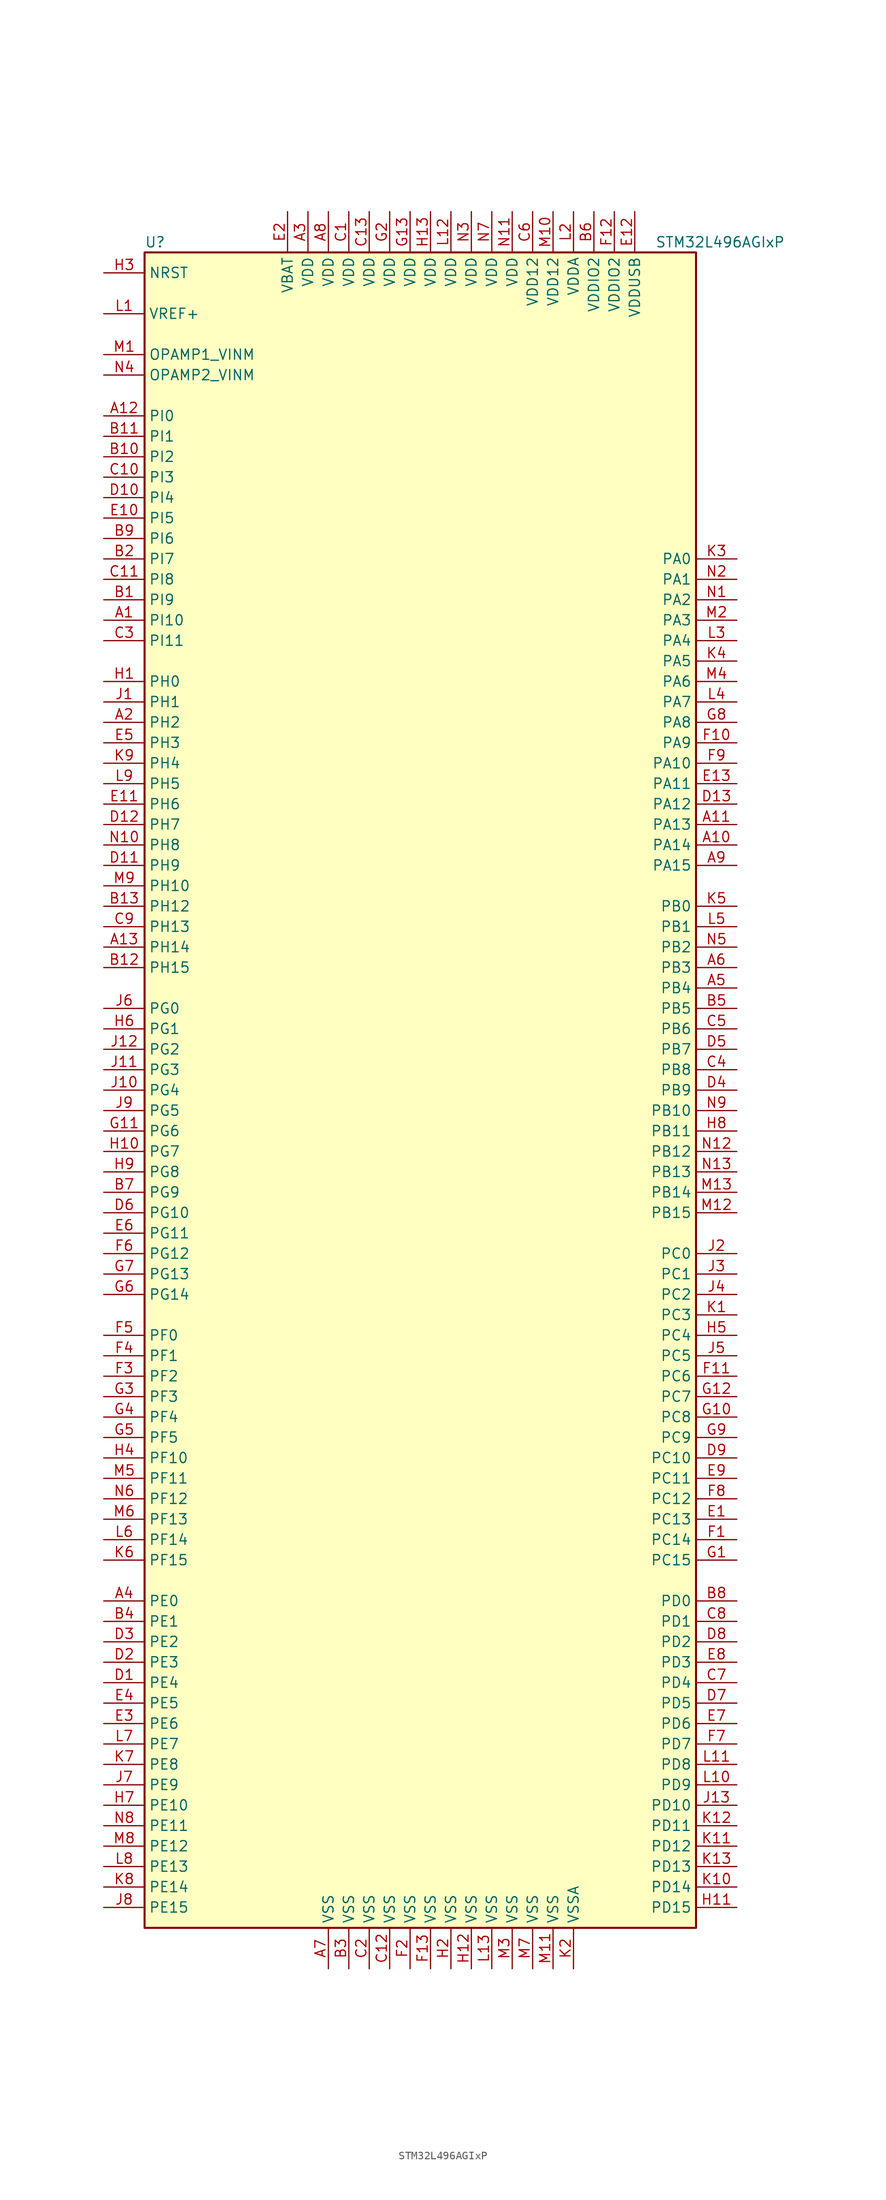
<source format=kicad_sym>
(kicad_symbol_lib
  (version 20201005)
  (generator kicad_symbol_editor)
  (symbol "STM32L496AGIxP"
    (property "Reference" "U"
      (at -35.56 105.41 0)
      (effects (font (size 1.27 1.27)) (justify left)))
    (property "Value" "STM32L496AGIxP"
      (at 27.94 105.41 0)
      (effects (font (size 1.27 1.27)) (justify left)))
    (symbol "STM32L496AGIxP_0_1"
      (rectangle (start -35.56 -104.14) (end 33.02 104.14) (stroke (width 0.254)) (fill (type background))))
    (symbol "STM32L496AGIxP_1_1"
      (pin input line (at -40.64 101.6 0) (length 5.08) (name "NRST" (effects (font (size 1.27 1.27)))) (number "H3" (effects (font (size 1.27 1.27)))))
      (pin bidirectional line (at -40.64 91.44 0) (length 5.08) (name "OPAMP1_VINM" (effects (font (size 1.27 1.27)))) (number "M1" (effects (font (size 1.27 1.27)))))
      (pin bidirectional line (at -40.64 88.9 0) (length 5.08) (name "OPAMP2_VINM" (effects (font (size 1.27 1.27)))) (number "N4" (effects (font (size 1.27 1.27)))))
      (pin bidirectional line (at 38.1 66.04 180) (length 5.08) (name "PA0" (effects (font (size 1.27 1.27)))) (number "K3" (effects (font (size 1.27 1.27)))))
      (pin bidirectional line (at 38.1 63.5 180) (length 5.08) (name "PA1" (effects (font (size 1.27 1.27)))) (number "N2" (effects (font (size 1.27 1.27)))))
      (pin bidirectional line (at 38.1 40.64 180) (length 5.08) (name "PA10" (effects (font (size 1.27 1.27)))) (number "F9" (effects (font (size 1.27 1.27)))))
      (pin bidirectional line (at 38.1 38.1 180) (length 5.08) (name "PA11" (effects (font (size 1.27 1.27)))) (number "E13" (effects (font (size 1.27 1.27)))))
      (pin bidirectional line (at 38.1 35.56 180) (length 5.08) (name "PA12" (effects (font (size 1.27 1.27)))) (number "D13" (effects (font (size 1.27 1.27)))))
      (pin bidirectional line (at 38.1 33.02 180) (length 5.08) (name "PA13" (effects (font (size 1.27 1.27)))) (number "A11" (effects (font (size 1.27 1.27)))))
      (pin bidirectional line (at 38.1 30.48 180) (length 5.08) (name "PA14" (effects (font (size 1.27 1.27)))) (number "A10" (effects (font (size 1.27 1.27)))))
      (pin bidirectional line (at 38.1 27.94 180) (length 5.08) (name "PA15" (effects (font (size 1.27 1.27)))) (number "A9" (effects (font (size 1.27 1.27)))))
      (pin bidirectional line (at 38.1 60.96 180) (length 5.08) (name "PA2" (effects (font (size 1.27 1.27)))) (number "N1" (effects (font (size 1.27 1.27)))))
      (pin bidirectional line (at 38.1 58.42 180) (length 5.08) (name "PA3" (effects (font (size 1.27 1.27)))) (number "M2" (effects (font (size 1.27 1.27)))))
      (pin bidirectional line (at 38.1 55.88 180) (length 5.08) (name "PA4" (effects (font (size 1.27 1.27)))) (number "L3" (effects (font (size 1.27 1.27)))))
      (pin bidirectional line (at 38.1 53.34 180) (length 5.08) (name "PA5" (effects (font (size 1.27 1.27)))) (number "K4" (effects (font (size 1.27 1.27)))))
      (pin bidirectional line (at 38.1 50.8 180) (length 5.08) (name "PA6" (effects (font (size 1.27 1.27)))) (number "M4" (effects (font (size 1.27 1.27)))))
      (pin bidirectional line (at 38.1 48.26 180) (length 5.08) (name "PA7" (effects (font (size 1.27 1.27)))) (number "L4" (effects (font (size 1.27 1.27)))))
      (pin bidirectional line (at 38.1 45.72 180) (length 5.08) (name "PA8" (effects (font (size 1.27 1.27)))) (number "G8" (effects (font (size 1.27 1.27)))))
      (pin bidirectional line (at 38.1 43.18 180) (length 5.08) (name "PA9" (effects (font (size 1.27 1.27)))) (number "F10" (effects (font (size 1.27 1.27)))))
      (pin bidirectional line (at 38.1 22.86 180) (length 5.08) (name "PB0" (effects (font (size 1.27 1.27)))) (number "K5" (effects (font (size 1.27 1.27)))))
      (pin bidirectional line (at 38.1 20.32 180) (length 5.08) (name "PB1" (effects (font (size 1.27 1.27)))) (number "L5" (effects (font (size 1.27 1.27)))))
      (pin bidirectional line (at 38.1 -2.54 180) (length 5.08) (name "PB10" (effects (font (size 1.27 1.27)))) (number "N9" (effects (font (size 1.27 1.27)))))
      (pin bidirectional line (at 38.1 -5.08 180) (length 5.08) (name "PB11" (effects (font (size 1.27 1.27)))) (number "H8" (effects (font (size 1.27 1.27)))))
      (pin bidirectional line (at 38.1 -7.62 180) (length 5.08) (name "PB12" (effects (font (size 1.27 1.27)))) (number "N12" (effects (font (size 1.27 1.27)))))
      (pin bidirectional line (at 38.1 -10.16 180) (length 5.08) (name "PB13" (effects (font (size 1.27 1.27)))) (number "N13" (effects (font (size 1.27 1.27)))))
      (pin bidirectional line (at 38.1 -12.7 180) (length 5.08) (name "PB14" (effects (font (size 1.27 1.27)))) (number "M13" (effects (font (size 1.27 1.27)))))
      (pin bidirectional line (at 38.1 -15.24 180) (length 5.08) (name "PB15" (effects (font (size 1.27 1.27)))) (number "M12" (effects (font (size 1.27 1.27)))))
      (pin bidirectional line (at 38.1 17.78 180) (length 5.08) (name "PB2" (effects (font (size 1.27 1.27)))) (number "N5" (effects (font (size 1.27 1.27)))))
      (pin bidirectional line (at 38.1 15.24 180) (length 5.08) (name "PB3" (effects (font (size 1.27 1.27)))) (number "A6" (effects (font (size 1.27 1.27)))))
      (pin bidirectional line (at 38.1 12.7 180) (length 5.08) (name "PB4" (effects (font (size 1.27 1.27)))) (number "A5" (effects (font (size 1.27 1.27)))))
      (pin bidirectional line (at 38.1 10.16 180) (length 5.08) (name "PB5" (effects (font (size 1.27 1.27)))) (number "B5" (effects (font (size 1.27 1.27)))))
      (pin bidirectional line (at 38.1 7.62 180) (length 5.08) (name "PB6" (effects (font (size 1.27 1.27)))) (number "C5" (effects (font (size 1.27 1.27)))))
      (pin bidirectional line (at 38.1 5.08 180) (length 5.08) (name "PB7" (effects (font (size 1.27 1.27)))) (number "D5" (effects (font (size 1.27 1.27)))))
      (pin bidirectional line (at 38.1 2.54 180) (length 5.08) (name "PB8" (effects (font (size 1.27 1.27)))) (number "C4" (effects (font (size 1.27 1.27)))))
      (pin bidirectional line (at 38.1 0 180) (length 5.08) (name "PB9" (effects (font (size 1.27 1.27)))) (number "D4" (effects (font (size 1.27 1.27)))))
      (pin bidirectional line (at 38.1 -20.32 180) (length 5.08) (name "PC0" (effects (font (size 1.27 1.27)))) (number "J2" (effects (font (size 1.27 1.27)))))
      (pin bidirectional line (at 38.1 -22.86 180) (length 5.08) (name "PC1" (effects (font (size 1.27 1.27)))) (number "J3" (effects (font (size 1.27 1.27)))))
      (pin bidirectional line (at 38.1 -45.72 180) (length 5.08) (name "PC10" (effects (font (size 1.27 1.27)))) (number "D9" (effects (font (size 1.27 1.27)))))
      (pin bidirectional line (at 38.1 -48.26 180) (length 5.08) (name "PC11" (effects (font (size 1.27 1.27)))) (number "E9" (effects (font (size 1.27 1.27)))))
      (pin bidirectional line (at 38.1 -50.8 180) (length 5.08) (name "PC12" (effects (font (size 1.27 1.27)))) (number "F8" (effects (font (size 1.27 1.27)))))
      (pin bidirectional line (at 38.1 -53.34 180) (length 5.08) (name "PC13" (effects (font (size 1.27 1.27)))) (number "E1" (effects (font (size 1.27 1.27)))))
      (pin bidirectional line (at 38.1 -55.88 180) (length 5.08) (name "PC14" (effects (font (size 1.27 1.27)))) (number "F1" (effects (font (size 1.27 1.27)))))
      (pin bidirectional line (at 38.1 -58.42 180) (length 5.08) (name "PC15" (effects (font (size 1.27 1.27)))) (number "G1" (effects (font (size 1.27 1.27)))))
      (pin bidirectional line (at 38.1 -25.4 180) (length 5.08) (name "PC2" (effects (font (size 1.27 1.27)))) (number "J4" (effects (font (size 1.27 1.27)))))
      (pin bidirectional line (at 38.1 -27.94 180) (length 5.08) (name "PC3" (effects (font (size 1.27 1.27)))) (number "K1" (effects (font (size 1.27 1.27)))))
      (pin bidirectional line (at 38.1 -30.48 180) (length 5.08) (name "PC4" (effects (font (size 1.27 1.27)))) (number "H5" (effects (font (size 1.27 1.27)))))
      (pin bidirectional line (at 38.1 -33.02 180) (length 5.08) (name "PC5" (effects (font (size 1.27 1.27)))) (number "J5" (effects (font (size 1.27 1.27)))))
      (pin bidirectional line (at 38.1 -35.56 180) (length 5.08) (name "PC6" (effects (font (size 1.27 1.27)))) (number "F11" (effects (font (size 1.27 1.27)))))
      (pin bidirectional line (at 38.1 -38.1 180) (length 5.08) (name "PC7" (effects (font (size 1.27 1.27)))) (number "G12" (effects (font (size 1.27 1.27)))))
      (pin bidirectional line (at 38.1 -40.64 180) (length 5.08) (name "PC8" (effects (font (size 1.27 1.27)))) (number "G10" (effects (font (size 1.27 1.27)))))
      (pin bidirectional line (at 38.1 -43.18 180) (length 5.08) (name "PC9" (effects (font (size 1.27 1.27)))) (number "G9" (effects (font (size 1.27 1.27)))))
      (pin bidirectional line (at 38.1 -63.5 180) (length 5.08) (name "PD0" (effects (font (size 1.27 1.27)))) (number "B8" (effects (font (size 1.27 1.27)))))
      (pin bidirectional line (at 38.1 -66.04 180) (length 5.08) (name "PD1" (effects (font (size 1.27 1.27)))) (number "C8" (effects (font (size 1.27 1.27)))))
      (pin bidirectional line (at 38.1 -88.9 180) (length 5.08) (name "PD10" (effects (font (size 1.27 1.27)))) (number "J13" (effects (font (size 1.27 1.27)))))
      (pin bidirectional line (at 38.1 -91.44 180) (length 5.08) (name "PD11" (effects (font (size 1.27 1.27)))) (number "K12" (effects (font (size 1.27 1.27)))))
      (pin bidirectional line (at 38.1 -93.98 180) (length 5.08) (name "PD12" (effects (font (size 1.27 1.27)))) (number "K11" (effects (font (size 1.27 1.27)))))
      (pin bidirectional line (at 38.1 -96.52 180) (length 5.08) (name "PD13" (effects (font (size 1.27 1.27)))) (number "K13" (effects (font (size 1.27 1.27)))))
      (pin bidirectional line (at 38.1 -99.06 180) (length 5.08) (name "PD14" (effects (font (size 1.27 1.27)))) (number "K10" (effects (font (size 1.27 1.27)))))
      (pin bidirectional line (at 38.1 -101.6 180) (length 5.08) (name "PD15" (effects (font (size 1.27 1.27)))) (number "H11" (effects (font (size 1.27 1.27)))))
      (pin bidirectional line (at 38.1 -68.58 180) (length 5.08) (name "PD2" (effects (font (size 1.27 1.27)))) (number "D8" (effects (font (size 1.27 1.27)))))
      (pin bidirectional line (at 38.1 -71.12 180) (length 5.08) (name "PD3" (effects (font (size 1.27 1.27)))) (number "E8" (effects (font (size 1.27 1.27)))))
      (pin bidirectional line (at 38.1 -73.66 180) (length 5.08) (name "PD4" (effects (font (size 1.27 1.27)))) (number "C7" (effects (font (size 1.27 1.27)))))
      (pin bidirectional line (at 38.1 -76.2 180) (length 5.08) (name "PD5" (effects (font (size 1.27 1.27)))) (number "D7" (effects (font (size 1.27 1.27)))))
      (pin bidirectional line (at 38.1 -78.74 180) (length 5.08) (name "PD6" (effects (font (size 1.27 1.27)))) (number "E7" (effects (font (size 1.27 1.27)))))
      (pin bidirectional line (at 38.1 -81.28 180) (length 5.08) (name "PD7" (effects (font (size 1.27 1.27)))) (number "F7" (effects (font (size 1.27 1.27)))))
      (pin bidirectional line (at 38.1 -83.82 180) (length 5.08) (name "PD8" (effects (font (size 1.27 1.27)))) (number "L11" (effects (font (size 1.27 1.27)))))
      (pin bidirectional line (at 38.1 -86.36 180) (length 5.08) (name "PD9" (effects (font (size 1.27 1.27)))) (number "L10" (effects (font (size 1.27 1.27)))))
      (pin bidirectional line (at -40.64 -63.5 0) (length 5.08) (name "PE0" (effects (font (size 1.27 1.27)))) (number "A4" (effects (font (size 1.27 1.27)))))
      (pin bidirectional line (at -40.64 -66.04 0) (length 5.08) (name "PE1" (effects (font (size 1.27 1.27)))) (number "B4" (effects (font (size 1.27 1.27)))))
      (pin bidirectional line (at -40.64 -88.9 0) (length 5.08) (name "PE10" (effects (font (size 1.27 1.27)))) (number "H7" (effects (font (size 1.27 1.27)))))
      (pin bidirectional line (at -40.64 -91.44 0) (length 5.08) (name "PE11" (effects (font (size 1.27 1.27)))) (number "N8" (effects (font (size 1.27 1.27)))))
      (pin bidirectional line (at -40.64 -93.98 0) (length 5.08) (name "PE12" (effects (font (size 1.27 1.27)))) (number "M8" (effects (font (size 1.27 1.27)))))
      (pin bidirectional line (at -40.64 -96.52 0) (length 5.08) (name "PE13" (effects (font (size 1.27 1.27)))) (number "L8" (effects (font (size 1.27 1.27)))))
      (pin bidirectional line (at -40.64 -99.06 0) (length 5.08) (name "PE14" (effects (font (size 1.27 1.27)))) (number "K8" (effects (font (size 1.27 1.27)))))
      (pin bidirectional line (at -40.64 -101.6 0) (length 5.08) (name "PE15" (effects (font (size 1.27 1.27)))) (number "J8" (effects (font (size 1.27 1.27)))))
      (pin bidirectional line (at -40.64 -68.58 0) (length 5.08) (name "PE2" (effects (font (size 1.27 1.27)))) (number "D3" (effects (font (size 1.27 1.27)))))
      (pin bidirectional line (at -40.64 -71.12 0) (length 5.08) (name "PE3" (effects (font (size 1.27 1.27)))) (number "D2" (effects (font (size 1.27 1.27)))))
      (pin bidirectional line (at -40.64 -73.66 0) (length 5.08) (name "PE4" (effects (font (size 1.27 1.27)))) (number "D1" (effects (font (size 1.27 1.27)))))
      (pin bidirectional line (at -40.64 -76.2 0) (length 5.08) (name "PE5" (effects (font (size 1.27 1.27)))) (number "E4" (effects (font (size 1.27 1.27)))))
      (pin bidirectional line (at -40.64 -78.74 0) (length 5.08) (name "PE6" (effects (font (size 1.27 1.27)))) (number "E3" (effects (font (size 1.27 1.27)))))
      (pin bidirectional line (at -40.64 -81.28 0) (length 5.08) (name "PE7" (effects (font (size 1.27 1.27)))) (number "L7" (effects (font (size 1.27 1.27)))))
      (pin bidirectional line (at -40.64 -83.82 0) (length 5.08) (name "PE8" (effects (font (size 1.27 1.27)))) (number "K7" (effects (font (size 1.27 1.27)))))
      (pin bidirectional line (at -40.64 -86.36 0) (length 5.08) (name "PE9" (effects (font (size 1.27 1.27)))) (number "J7" (effects (font (size 1.27 1.27)))))
      (pin bidirectional line (at -40.64 -30.48 0) (length 5.08) (name "PF0" (effects (font (size 1.27 1.27)))) (number "F5" (effects (font (size 1.27 1.27)))))
      (pin bidirectional line (at -40.64 -33.02 0) (length 5.08) (name "PF1" (effects (font (size 1.27 1.27)))) (number "F4" (effects (font (size 1.27 1.27)))))
      (pin bidirectional line (at -40.64 -45.72 0) (length 5.08) (name "PF10" (effects (font (size 1.27 1.27)))) (number "H4" (effects (font (size 1.27 1.27)))))
      (pin bidirectional line (at -40.64 -48.26 0) (length 5.08) (name "PF11" (effects (font (size 1.27 1.27)))) (number "M5" (effects (font (size 1.27 1.27)))))
      (pin bidirectional line (at -40.64 -50.8 0) (length 5.08) (name "PF12" (effects (font (size 1.27 1.27)))) (number "N6" (effects (font (size 1.27 1.27)))))
      (pin bidirectional line (at -40.64 -53.34 0) (length 5.08) (name "PF13" (effects (font (size 1.27 1.27)))) (number "M6" (effects (font (size 1.27 1.27)))))
      (pin bidirectional line (at -40.64 -55.88 0) (length 5.08) (name "PF14" (effects (font (size 1.27 1.27)))) (number "L6" (effects (font (size 1.27 1.27)))))
      (pin bidirectional line (at -40.64 -58.42 0) (length 5.08) (name "PF15" (effects (font (size 1.27 1.27)))) (number "K6" (effects (font (size 1.27 1.27)))))
      (pin bidirectional line (at -40.64 -35.56 0) (length 5.08) (name "PF2" (effects (font (size 1.27 1.27)))) (number "F3" (effects (font (size 1.27 1.27)))))
      (pin bidirectional line (at -40.64 -38.1 0) (length 5.08) (name "PF3" (effects (font (size 1.27 1.27)))) (number "G3" (effects (font (size 1.27 1.27)))))
      (pin bidirectional line (at -40.64 -40.64 0) (length 5.08) (name "PF4" (effects (font (size 1.27 1.27)))) (number "G4" (effects (font (size 1.27 1.27)))))
      (pin bidirectional line (at -40.64 -43.18 0) (length 5.08) (name "PF5" (effects (font (size 1.27 1.27)))) (number "G5" (effects (font (size 1.27 1.27)))))
      (pin bidirectional line (at -40.64 10.16 0) (length 5.08) (name "PG0" (effects (font (size 1.27 1.27)))) (number "J6" (effects (font (size 1.27 1.27)))))
      (pin bidirectional line (at -40.64 7.62 0) (length 5.08) (name "PG1" (effects (font (size 1.27 1.27)))) (number "H6" (effects (font (size 1.27 1.27)))))
      (pin bidirectional line (at -40.64 -15.24 0) (length 5.08) (name "PG10" (effects (font (size 1.27 1.27)))) (number "D6" (effects (font (size 1.27 1.27)))))
      (pin bidirectional line (at -40.64 -17.78 0) (length 5.08) (name "PG11" (effects (font (size 1.27 1.27)))) (number "E6" (effects (font (size 1.27 1.27)))))
      (pin bidirectional line (at -40.64 -20.32 0) (length 5.08) (name "PG12" (effects (font (size 1.27 1.27)))) (number "F6" (effects (font (size 1.27 1.27)))))
      (pin bidirectional line (at -40.64 -22.86 0) (length 5.08) (name "PG13" (effects (font (size 1.27 1.27)))) (number "G7" (effects (font (size 1.27 1.27)))))
      (pin bidirectional line (at -40.64 -25.4 0) (length 5.08) (name "PG14" (effects (font (size 1.27 1.27)))) (number "G6" (effects (font (size 1.27 1.27)))))
      (pin bidirectional line (at -40.64 5.08 0) (length 5.08) (name "PG2" (effects (font (size 1.27 1.27)))) (number "J12" (effects (font (size 1.27 1.27)))))
      (pin bidirectional line (at -40.64 2.54 0) (length 5.08) (name "PG3" (effects (font (size 1.27 1.27)))) (number "J11" (effects (font (size 1.27 1.27)))))
      (pin bidirectional line (at -40.64 0 0) (length 5.08) (name "PG4" (effects (font (size 1.27 1.27)))) (number "J10" (effects (font (size 1.27 1.27)))))
      (pin bidirectional line (at -40.64 -2.54 0) (length 5.08) (name "PG5" (effects (font (size 1.27 1.27)))) (number "J9" (effects (font (size 1.27 1.27)))))
      (pin bidirectional line (at -40.64 -5.08 0) (length 5.08) (name "PG6" (effects (font (size 1.27 1.27)))) (number "G11" (effects (font (size 1.27 1.27)))))
      (pin bidirectional line (at -40.64 -7.62 0) (length 5.08) (name "PG7" (effects (font (size 1.27 1.27)))) (number "H10" (effects (font (size 1.27 1.27)))))
      (pin bidirectional line (at -40.64 -10.16 0) (length 5.08) (name "PG8" (effects (font (size 1.27 1.27)))) (number "H9" (effects (font (size 1.27 1.27)))))
      (pin bidirectional line (at -40.64 -12.7 0) (length 5.08) (name "PG9" (effects (font (size 1.27 1.27)))) (number "B7" (effects (font (size 1.27 1.27)))))
      (pin input line (at -40.64 50.8 0) (length 5.08) (name "PH0" (effects (font (size 1.27 1.27)))) (number "H1" (effects (font (size 1.27 1.27)))))
      (pin input line (at -40.64 48.26 0) (length 5.08) (name "PH1" (effects (font (size 1.27 1.27)))) (number "J1" (effects (font (size 1.27 1.27)))))
      (pin bidirectional line (at -40.64 25.4 0) (length 5.08) (name "PH10" (effects (font (size 1.27 1.27)))) (number "M9" (effects (font (size 1.27 1.27)))))
      (pin bidirectional line (at -40.64 22.86 0) (length 5.08) (name "PH12" (effects (font (size 1.27 1.27)))) (number "B13" (effects (font (size 1.27 1.27)))))
      (pin bidirectional line (at -40.64 20.32 0) (length 5.08) (name "PH13" (effects (font (size 1.27 1.27)))) (number "C9" (effects (font (size 1.27 1.27)))))
      (pin bidirectional line (at -40.64 17.78 0) (length 5.08) (name "PH14" (effects (font (size 1.27 1.27)))) (number "A13" (effects (font (size 1.27 1.27)))))
      (pin bidirectional line (at -40.64 15.24 0) (length 5.08) (name "PH15" (effects (font (size 1.27 1.27)))) (number "B12" (effects (font (size 1.27 1.27)))))
      (pin bidirectional line (at -40.64 45.72 0) (length 5.08) (name "PH2" (effects (font (size 1.27 1.27)))) (number "A2" (effects (font (size 1.27 1.27)))))
      (pin bidirectional line (at -40.64 43.18 0) (length 5.08) (name "PH3" (effects (font (size 1.27 1.27)))) (number "E5" (effects (font (size 1.27 1.27)))))
      (pin bidirectional line (at -40.64 40.64 0) (length 5.08) (name "PH4" (effects (font (size 1.27 1.27)))) (number "K9" (effects (font (size 1.27 1.27)))))
      (pin bidirectional line (at -40.64 38.1 0) (length 5.08) (name "PH5" (effects (font (size 1.27 1.27)))) (number "L9" (effects (font (size 1.27 1.27)))))
      (pin bidirectional line (at -40.64 35.56 0) (length 5.08) (name "PH6" (effects (font (size 1.27 1.27)))) (number "E11" (effects (font (size 1.27 1.27)))))
      (pin bidirectional line (at -40.64 33.02 0) (length 5.08) (name "PH7" (effects (font (size 1.27 1.27)))) (number "D12" (effects (font (size 1.27 1.27)))))
      (pin bidirectional line (at -40.64 30.48 0) (length 5.08) (name "PH8" (effects (font (size 1.27 1.27)))) (number "N10" (effects (font (size 1.27 1.27)))))
      (pin bidirectional line (at -40.64 27.94 0) (length 5.08) (name "PH9" (effects (font (size 1.27 1.27)))) (number "D11" (effects (font (size 1.27 1.27)))))
      (pin bidirectional line (at -40.64 83.82 0) (length 5.08) (name "PI0" (effects (font (size 1.27 1.27)))) (number "A12" (effects (font (size 1.27 1.27)))))
      (pin bidirectional line (at -40.64 81.28 0) (length 5.08) (name "PI1" (effects (font (size 1.27 1.27)))) (number "B11" (effects (font (size 1.27 1.27)))))
      (pin bidirectional line (at -40.64 58.42 0) (length 5.08) (name "PI10" (effects (font (size 1.27 1.27)))) (number "A1" (effects (font (size 1.27 1.27)))))
      (pin bidirectional line (at -40.64 55.88 0) (length 5.08) (name "PI11" (effects (font (size 1.27 1.27)))) (number "C3" (effects (font (size 1.27 1.27)))))
      (pin bidirectional line (at -40.64 78.74 0) (length 5.08) (name "PI2" (effects (font (size 1.27 1.27)))) (number "B10" (effects (font (size 1.27 1.27)))))
      (pin bidirectional line (at -40.64 76.2 0) (length 5.08) (name "PI3" (effects (font (size 1.27 1.27)))) (number "C10" (effects (font (size 1.27 1.27)))))
      (pin bidirectional line (at -40.64 73.66 0) (length 5.08) (name "PI4" (effects (font (size 1.27 1.27)))) (number "D10" (effects (font (size 1.27 1.27)))))
      (pin bidirectional line (at -40.64 71.12 0) (length 5.08) (name "PI5" (effects (font (size 1.27 1.27)))) (number "E10" (effects (font (size 1.27 1.27)))))
      (pin bidirectional line (at -40.64 68.58 0) (length 5.08) (name "PI6" (effects (font (size 1.27 1.27)))) (number "B9" (effects (font (size 1.27 1.27)))))
      (pin bidirectional line (at -40.64 66.04 0) (length 5.08) (name "PI7" (effects (font (size 1.27 1.27)))) (number "B2" (effects (font (size 1.27 1.27)))))
      (pin bidirectional line (at -40.64 63.5 0) (length 5.08) (name "PI8" (effects (font (size 1.27 1.27)))) (number "C11" (effects (font (size 1.27 1.27)))))
      (pin bidirectional line (at -40.64 60.96 0) (length 5.08) (name "PI9" (effects (font (size 1.27 1.27)))) (number "B1" (effects (font (size 1.27 1.27)))))
      (pin power_in line (at -17.78 109.22 270) (length 5.08) (name "VBAT" (effects (font (size 1.27 1.27)))) (number "E2" (effects (font (size 1.27 1.27)))))
      (pin power_in line (at -15.24 109.22 270) (length 5.08) (name "VDD" (effects (font (size 1.27 1.27)))) (number "A3" (effects (font (size 1.27 1.27)))))
      (pin power_in line (at -12.7 109.22 270) (length 5.08) (name "VDD" (effects (font (size 1.27 1.27)))) (number "A8" (effects (font (size 1.27 1.27)))))
      (pin power_in line (at -10.16 109.22 270) (length 5.08) (name "VDD" (effects (font (size 1.27 1.27)))) (number "C1" (effects (font (size 1.27 1.27)))))
      (pin power_in line (at -7.62 109.22 270) (length 5.08) (name "VDD" (effects (font (size 1.27 1.27)))) (number "C13" (effects (font (size 1.27 1.27)))))
      (pin power_in line (at -2.54 109.22 270) (length 5.08) (name "VDD" (effects (font (size 1.27 1.27)))) (number "G13" (effects (font (size 1.27 1.27)))))
      (pin power_in line (at -5.08 109.22 270) (length 5.08) (name "VDD" (effects (font (size 1.27 1.27)))) (number "G2" (effects (font (size 1.27 1.27)))))
      (pin power_in line (at 0 109.22 270) (length 5.08) (name "VDD" (effects (font (size 1.27 1.27)))) (number "H13" (effects (font (size 1.27 1.27)))))
      (pin power_in line (at 2.54 109.22 270) (length 5.08) (name "VDD" (effects (font (size 1.27 1.27)))) (number "L12" (effects (font (size 1.27 1.27)))))
      (pin power_in line (at 10.16 109.22 270) (length 5.08) (name "VDD" (effects (font (size 1.27 1.27)))) (number "N11" (effects (font (size 1.27 1.27)))))
      (pin power_in line (at 5.08 109.22 270) (length 5.08) (name "VDD" (effects (font (size 1.27 1.27)))) (number "N3" (effects (font (size 1.27 1.27)))))
      (pin power_in line (at 7.62 109.22 270) (length 5.08) (name "VDD" (effects (font (size 1.27 1.27)))) (number "N7" (effects (font (size 1.27 1.27)))))
      (pin power_in line (at 12.7 109.22 270) (length 5.08) (name "VDD12" (effects (font (size 1.27 1.27)))) (number "C6" (effects (font (size 1.27 1.27)))))
      (pin power_in line (at 15.24 109.22 270) (length 5.08) (name "VDD12" (effects (font (size 1.27 1.27)))) (number "M10" (effects (font (size 1.27 1.27)))))
      (pin power_in line (at 17.78 109.22 270) (length 5.08) (name "VDDA" (effects (font (size 1.27 1.27)))) (number "L2" (effects (font (size 1.27 1.27)))))
      (pin power_in line (at 20.32 109.22 270) (length 5.08) (name "VDDIO2" (effects (font (size 1.27 1.27)))) (number "B6" (effects (font (size 1.27 1.27)))))
      (pin power_in line (at 22.86 109.22 270) (length 5.08) (name "VDDIO2" (effects (font (size 1.27 1.27)))) (number "F12" (effects (font (size 1.27 1.27)))))
      (pin power_in line (at 25.4 109.22 270) (length 5.08) (name "VDDUSB" (effects (font (size 1.27 1.27)))) (number "E12" (effects (font (size 1.27 1.27)))))
      (pin bidirectional line (at -40.64 96.52 0) (length 5.08) (name "VREF+" (effects (font (size 1.27 1.27)))) (number "L1" (effects (font (size 1.27 1.27)))))
      (pin power_in line (at -12.7 -109.22 90) (length 5.08) (name "VSS" (effects (font (size 1.27 1.27)))) (number "A7" (effects (font (size 1.27 1.27)))))
      (pin power_in line (at -10.16 -109.22 90) (length 5.08) (name "VSS" (effects (font (size 1.27 1.27)))) (number "B3" (effects (font (size 1.27 1.27)))))
      (pin power_in line (at -5.08 -109.22 90) (length 5.08) (name "VSS" (effects (font (size 1.27 1.27)))) (number "C12" (effects (font (size 1.27 1.27)))))
      (pin power_in line (at -7.62 -109.22 90) (length 5.08) (name "VSS" (effects (font (size 1.27 1.27)))) (number "C2" (effects (font (size 1.27 1.27)))))
      (pin power_in line (at 0 -109.22 90) (length 5.08) (name "VSS" (effects (font (size 1.27 1.27)))) (number "F13" (effects (font (size 1.27 1.27)))))
      (pin power_in line (at -2.54 -109.22 90) (length 5.08) (name "VSS" (effects (font (size 1.27 1.27)))) (number "F2" (effects (font (size 1.27 1.27)))))
      (pin power_in line (at 5.08 -109.22 90) (length 5.08) (name "VSS" (effects (font (size 1.27 1.27)))) (number "H12" (effects (font (size 1.27 1.27)))))
      (pin power_in line (at 2.54 -109.22 90) (length 5.08) (name "VSS" (effects (font (size 1.27 1.27)))) (number "H2" (effects (font (size 1.27 1.27)))))
      (pin power_in line (at 7.62 -109.22 90) (length 5.08) (name "VSS" (effects (font (size 1.27 1.27)))) (number "L13" (effects (font (size 1.27 1.27)))))
      (pin power_in line (at 15.24 -109.22 90) (length 5.08) (name "VSS" (effects (font (size 1.27 1.27)))) (number "M11" (effects (font (size 1.27 1.27)))))
      (pin power_in line (at 10.16 -109.22 90) (length 5.08) (name "VSS" (effects (font (size 1.27 1.27)))) (number "M3" (effects (font (size 1.27 1.27)))))
      (pin power_in line (at 12.7 -109.22 90) (length 5.08) (name "VSS" (effects (font (size 1.27 1.27)))) (number "M7" (effects (font (size 1.27 1.27)))))
      (pin power_in line (at 17.78 -109.22 90) (length 5.08) (name "VSSA" (effects (font (size 1.27 1.27)))) (number "K2" (effects (font (size 1.27 1.27))))))))
</source>
